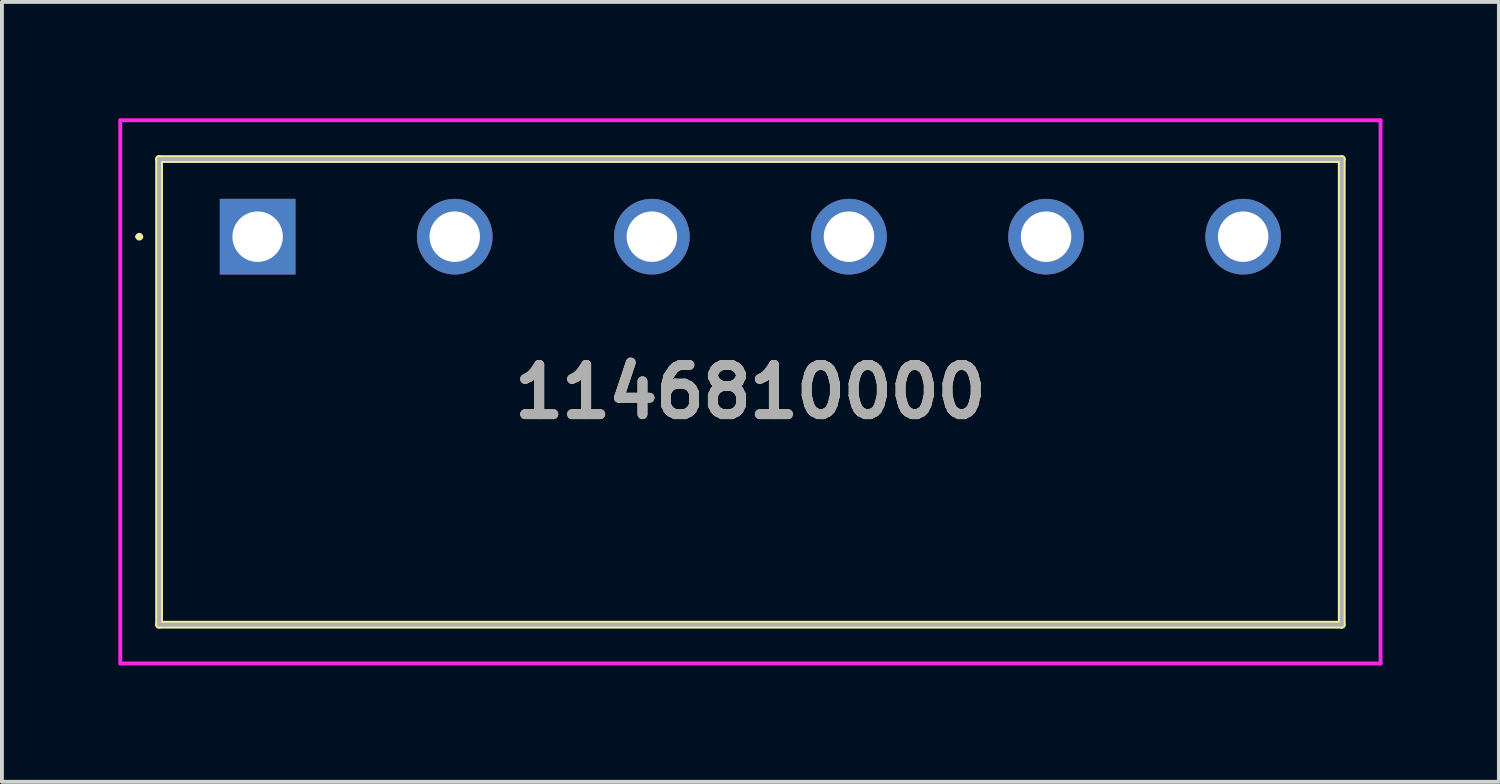
<source format=kicad_pcb>
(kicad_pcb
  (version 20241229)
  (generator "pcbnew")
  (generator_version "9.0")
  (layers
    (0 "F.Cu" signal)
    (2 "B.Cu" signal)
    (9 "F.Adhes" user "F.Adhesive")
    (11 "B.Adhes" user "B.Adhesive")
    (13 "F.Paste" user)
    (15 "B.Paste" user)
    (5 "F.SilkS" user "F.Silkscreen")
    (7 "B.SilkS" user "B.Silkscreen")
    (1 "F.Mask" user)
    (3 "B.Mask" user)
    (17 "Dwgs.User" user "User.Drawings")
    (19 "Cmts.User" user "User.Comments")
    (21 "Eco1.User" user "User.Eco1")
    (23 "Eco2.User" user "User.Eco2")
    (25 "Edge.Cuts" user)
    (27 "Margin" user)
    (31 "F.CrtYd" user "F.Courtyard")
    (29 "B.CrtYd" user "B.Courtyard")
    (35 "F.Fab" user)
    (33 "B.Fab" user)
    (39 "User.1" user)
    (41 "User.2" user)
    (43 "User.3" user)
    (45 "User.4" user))
  (footprint "1146810000"
    (layer "F.Cu")
    (at 3.59 3.05)
    (property "Reference" "1146810000" (at 12.7 4 0) (layer "F.SilkS") (effects (font (size 1.27 1.27) (thickness 0.254))))
    (attr through_hole)
    (fp_line (start -3.1 0) (end -3.1 0) (stroke (width 0.1) (type solid)) (layer "F.SilkS"))
    (fp_line (start -3 0) (end -3 0) (stroke (width 0.1) (type solid)) (layer "F.SilkS"))
    (fp_line (start -2.54 -2) (end 27.94 -2) (stroke (width 0.2) (type solid)) (layer "F.SilkS"))
    (fp_line (start -2.54 10) (end -2.54 -2) (stroke (width 0.2) (type solid)) (layer "F.SilkS"))
    (fp_line (start 27.94 -2) (end 27.94 10) (stroke (width 0.2) (type solid)) (layer "F.SilkS"))
    (fp_line (start 27.94 10) (end -2.54 10) (stroke (width 0.2) (type solid)) (layer "F.SilkS"))
    (fp_arc (start -3.1 0) (mid -3.05 -0.05) (end -3 0) (stroke (width 0.1) (type solid)) (layer "F.SilkS"))
    (fp_arc (start -3 0) (mid -3.05 0.05) (end -3.1 0) (stroke (width 0.1) (type solid)) (layer "F.SilkS"))
    (fp_line (start -3.54 -3) (end 28.94 -3) (stroke (width 0.1) (type solid)) (layer "F.CrtYd"))
    (fp_line (start -3.54 11) (end -3.54 -3) (stroke (width 0.1) (type solid)) (layer "F.CrtYd"))
    (fp_line (start 28.94 -3) (end 28.94 11) (stroke (width 0.1) (type solid)) (layer "F.CrtYd"))
    (fp_line (start 28.94 11) (end -3.54 11) (stroke (width 0.1) (type solid)) (layer "F.CrtYd"))
    (fp_line (start -2.54 -2) (end 27.94 -2) (stroke (width 0.1) (type solid)) (layer "F.Fab"))
    (fp_line (start -2.54 10) (end -2.54 -2) (stroke (width 0.1) (type solid)) (layer "F.Fab"))
    (fp_line (start 27.94 -2) (end 27.94 10) (stroke (width 0.1) (type solid)) (layer "F.Fab"))
    (fp_line (start 27.94 10) (end -2.54 10) (stroke (width 0.1) (type solid)) (layer "F.Fab"))
    (fp_text user "${REFERENCE}" (at 12.7 4 0) (layer "F.Fab") (effects (font (size 1.27 1.27) (thickness 0.254))))
    (pad "1" thru_hole rect (at 0 0) (size 1.95 1.95) (drill 1.3) (layers "*.Cu" "*.Mask"))
    (pad "2" thru_hole circle (at 5.08 0) (size 1.95 1.95) (drill 1.3) (layers "*.Cu" "*.Mask"))
    (pad "3" thru_hole circle (at 10.16 0) (size 1.95 1.95) (drill 1.3) (layers "*.Cu" "*.Mask"))
    (pad "4" thru_hole circle (at 15.24 0) (size 1.95 1.95) (drill 1.3) (layers "*.Cu" "*.Mask"))
    (pad "5" thru_hole circle (at 20.32 0) (size 1.95 1.95) (drill 1.3) (layers "*.Cu" "*.Mask"))
    (pad "6" thru_hole circle (at 25.4 0) (size 1.95 1.95) (drill 1.3) (layers "*.Cu" "*.Mask")))
  (gr_rect
    (start -3 -3)
    (end 35.58 17.1)
    (stroke (width 0.1) (type default))
    (fill no)
    (layer "Edge.Cuts")))
</source>
